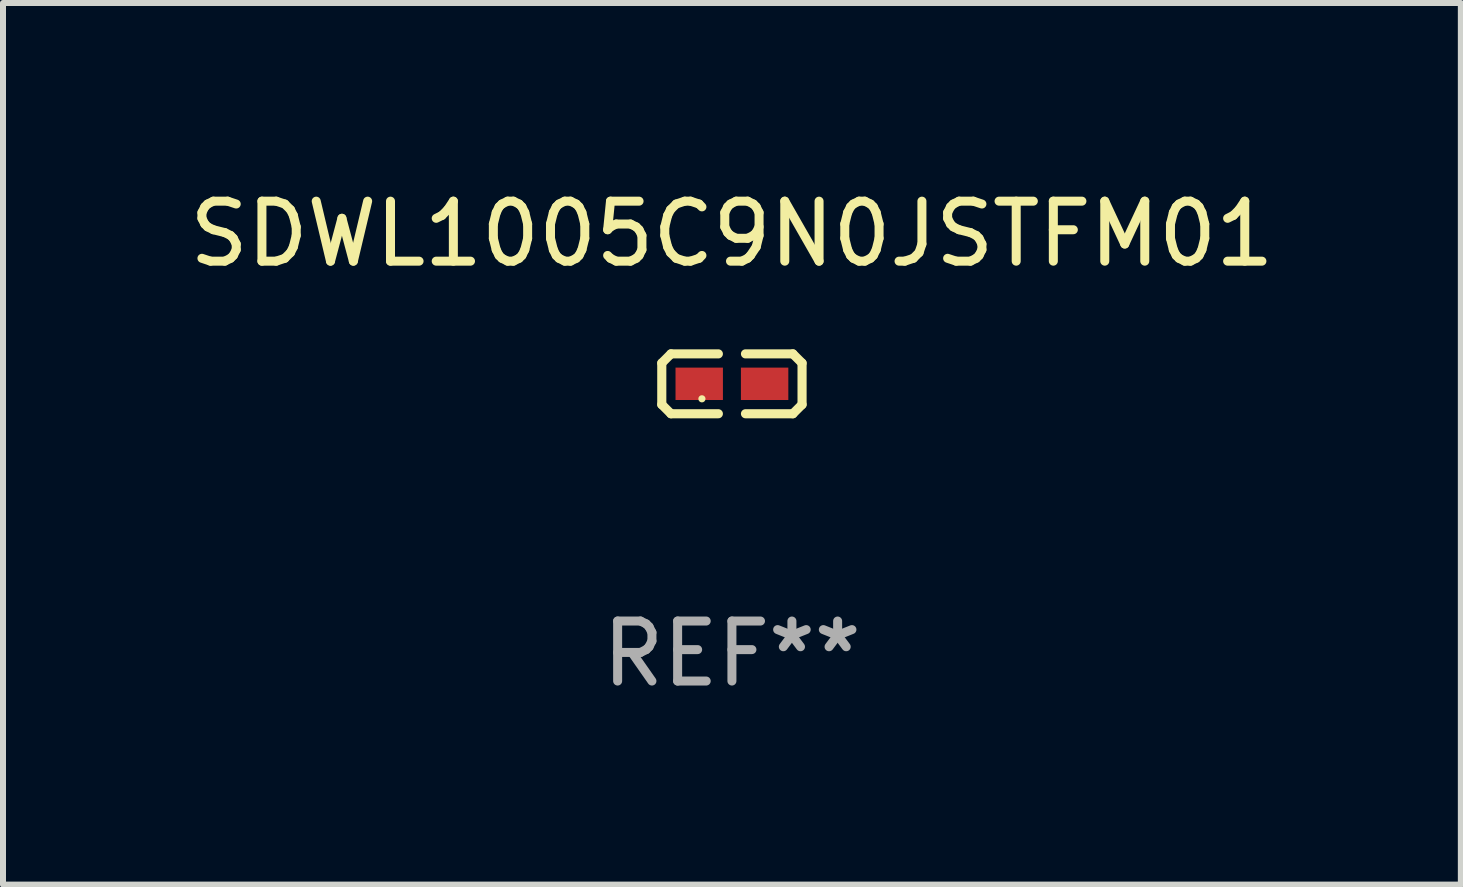
<source format=kicad_pcb>
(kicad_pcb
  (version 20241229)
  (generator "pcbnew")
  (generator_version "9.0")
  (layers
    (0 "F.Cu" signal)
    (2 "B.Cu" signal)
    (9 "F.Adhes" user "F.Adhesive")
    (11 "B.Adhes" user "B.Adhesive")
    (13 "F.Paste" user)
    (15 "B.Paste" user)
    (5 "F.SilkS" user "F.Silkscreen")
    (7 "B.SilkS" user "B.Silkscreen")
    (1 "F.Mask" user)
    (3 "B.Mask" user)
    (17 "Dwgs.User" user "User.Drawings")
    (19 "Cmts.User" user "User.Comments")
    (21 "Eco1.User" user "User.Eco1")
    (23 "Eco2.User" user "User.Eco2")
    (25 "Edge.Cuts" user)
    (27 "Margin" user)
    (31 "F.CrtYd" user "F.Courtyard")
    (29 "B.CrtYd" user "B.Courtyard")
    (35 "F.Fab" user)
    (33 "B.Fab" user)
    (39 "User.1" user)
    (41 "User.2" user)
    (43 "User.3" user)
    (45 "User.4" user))
  (footprint "SDWL1005C9N0JSTFM01"
    (layer "F.Cu")
    (at 9.149 3.347)
    (property "Reference" "SDWL1005C9N0JSTFM01" (at 0 -2.499 0) (layer "F.SilkS") (effects (font (size 1 1) (thickness 0.15))))
    (attr through_hole)
    (fp_line (start -1.169 -0.346) (end -1.016 -0.499) (stroke (width 0.152) (type solid)) (layer "F.SilkS"))
    (fp_line (start -1.169 0.346) (end -1.169 -0.346) (stroke (width 0.152) (type solid)) (layer "F.SilkS"))
    (fp_line (start -1.016 -0.499) (end -0.226 -0.499) (stroke (width 0.152) (type solid)) (layer "F.SilkS"))
    (fp_line (start -1.016 0.499) (end -1.169 0.346) (stroke (width 0.152) (type solid)) (layer "F.SilkS"))
    (fp_line (start -0.226 0.499) (end -1.016 0.499) (stroke (width 0.152) (type solid)) (layer "F.SilkS"))
    (fp_line (start 0.226 0.499) (end 1.016 0.499) (stroke (width 0.152) (type solid)) (layer "F.SilkS"))
    (fp_line (start 1.016 -0.499) (end 0.226 -0.499) (stroke (width 0.152) (type solid)) (layer "F.SilkS"))
    (fp_line (start 1.016 0.499) (end 1.169 0.346) (stroke (width 0.152) (type solid)) (layer "F.SilkS"))
    (fp_line (start 1.169 -0.346) (end 1.016 -0.499) (stroke (width 0.152) (type solid)) (layer "F.SilkS"))
    (fp_line (start 1.169 0.346) (end 1.169 -0.346) (stroke (width 0.152) (type solid)) (layer "F.SilkS"))
    (fp_circle (center -0.5 0.25) (end -0.47 0.25) (stroke (width 0.06) (type solid)) (fill no) (layer "F.SilkS"))
    (fp_text user "REF**" (at 0 4.499 0) (layer "F.Fab") (effects (font (size 1 1) (thickness 0.15))))
    (pad "1" smd rect (at -0.545 0) (size 0.79 0.54) (layers "F.Cu" "F.Mask" "F.Paste"))
    (pad "2" smd rect (at 0.545 0) (size 0.79 0.54) (layers "F.Cu" "F.Mask" "F.Paste")))
  (gr_rect
    (start -3 -3)
    (end 21.298 11.694)
    (stroke (width 0.1) (type default))
    (fill no)
    (layer "Edge.Cuts")))
</source>
